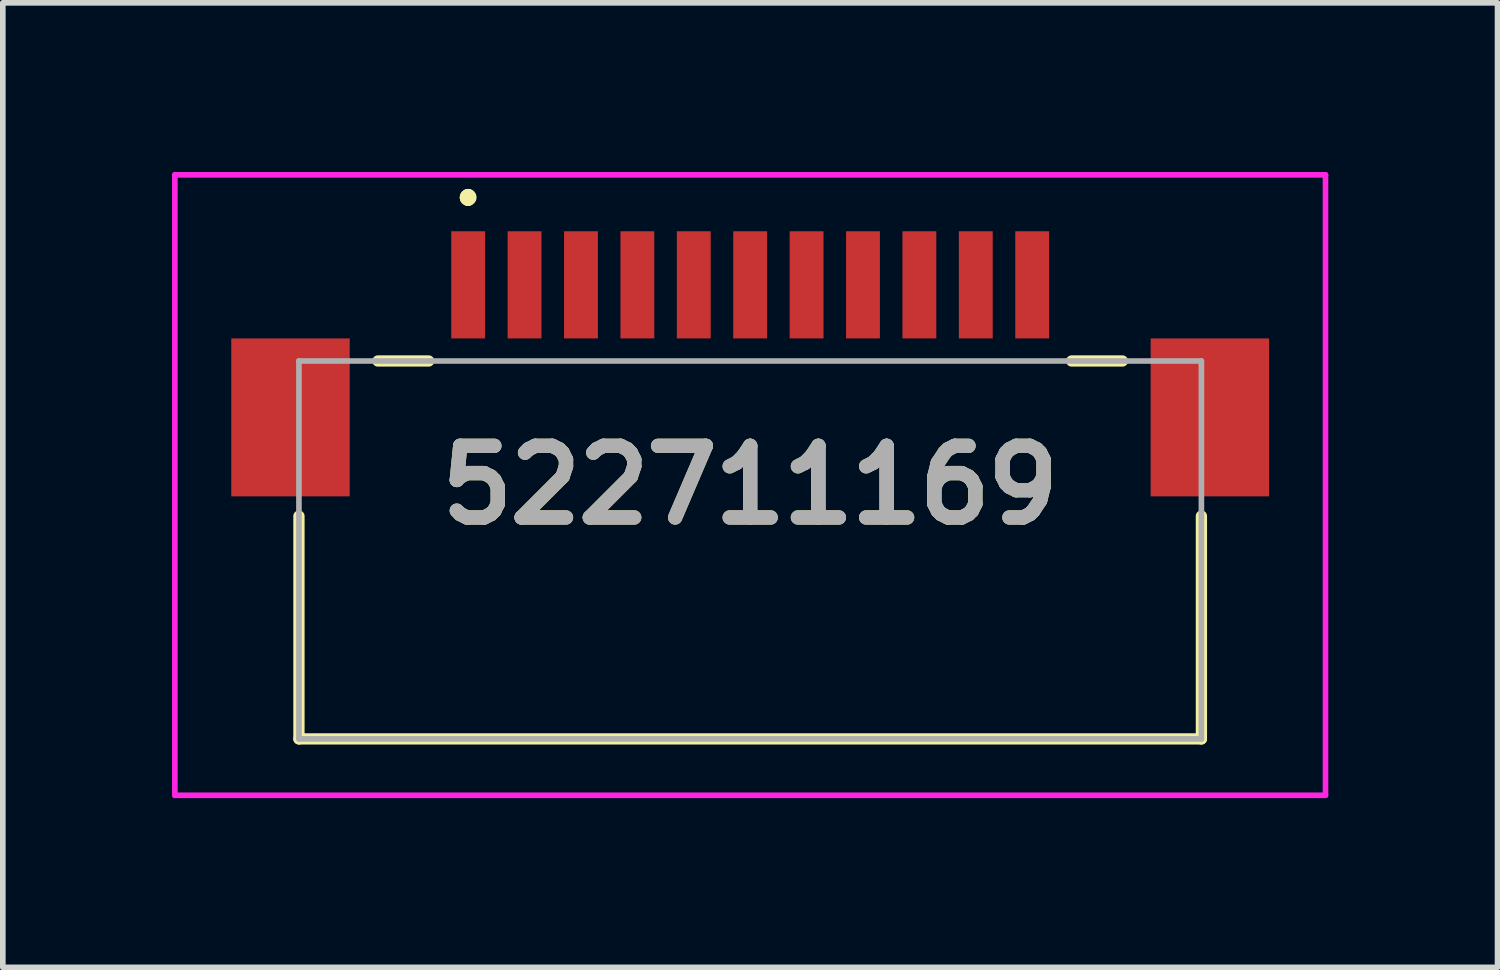
<source format=kicad_pcb>
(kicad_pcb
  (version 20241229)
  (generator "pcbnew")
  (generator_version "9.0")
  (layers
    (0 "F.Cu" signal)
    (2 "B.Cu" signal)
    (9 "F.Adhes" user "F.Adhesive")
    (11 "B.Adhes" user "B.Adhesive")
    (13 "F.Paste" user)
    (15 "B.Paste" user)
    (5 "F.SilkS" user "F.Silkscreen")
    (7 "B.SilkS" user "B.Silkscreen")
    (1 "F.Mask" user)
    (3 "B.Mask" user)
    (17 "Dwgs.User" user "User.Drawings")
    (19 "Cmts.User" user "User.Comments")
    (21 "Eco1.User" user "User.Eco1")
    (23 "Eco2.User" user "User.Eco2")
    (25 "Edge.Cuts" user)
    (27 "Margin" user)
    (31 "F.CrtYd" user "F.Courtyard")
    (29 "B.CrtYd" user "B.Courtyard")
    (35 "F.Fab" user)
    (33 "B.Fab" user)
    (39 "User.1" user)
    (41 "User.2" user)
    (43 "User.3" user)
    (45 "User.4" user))
  (footprint "522711169"
    (layer "F.Cu")
    (at 10.25 6.7)
    (property "Reference" "522711169" (at 0 -1.15 0) (layer "F.SilkS") (effects (font (size 1.27 1.27) (thickness 0.254))))
    (attr smd)
    (fp_line (start -8 -0.6) (end -8 3.35) (stroke (width 0.2) (type solid)) (layer "F.SilkS"))
    (fp_line (start -8 3.35) (end 8 3.35) (stroke (width 0.2) (type solid)) (layer "F.SilkS"))
    (fp_line (start -6.6 -3.35) (end -5.7 -3.35) (stroke (width 0.2) (type solid)) (layer "F.SilkS"))
    (fp_line (start -5 -6.3) (end -5 -6.3) (stroke (width 0.2) (type solid)) (layer "F.SilkS"))
    (fp_line (start -5 -6.3) (end -5 -6.3) (stroke (width 0.2) (type solid)) (layer "F.SilkS"))
    (fp_line (start -5 -6.2) (end -5 -6.2) (stroke (width 0.2) (type solid)) (layer "F.SilkS"))
    (fp_line (start 5.7 -3.35) (end 6.6 -3.35) (stroke (width 0.2) (type solid)) (layer "F.SilkS"))
    (fp_line (start 8 3.35) (end 8 -0.6) (stroke (width 0.2) (type solid)) (layer "F.SilkS"))
    (fp_arc (start -5 -6.3) (mid -4.95 -6.25) (end -5 -6.2) (stroke (width 0.2) (type solid)) (layer "F.SilkS"))
    (fp_arc (start -5 -6.2) (mid -5.05 -6.25) (end -5 -6.3) (stroke (width 0.2) (type solid)) (layer "F.SilkS"))
    (fp_arc (start -5 -6.2) (mid -5.05 -6.25) (end -5 -6.3) (stroke (width 0.2) (type solid)) (layer "F.SilkS"))
    (fp_line (start -10.2 -6.65) (end 10.2 -6.65) (stroke (width 0.1) (type solid)) (layer "F.CrtYd"))
    (fp_line (start -10.2 4.35) (end -10.2 -6.65) (stroke (width 0.1) (type solid)) (layer "F.CrtYd"))
    (fp_line (start 10.2 -6.65) (end 10.2 4.35) (stroke (width 0.1) (type solid)) (layer "F.CrtYd"))
    (fp_line (start 10.2 4.35) (end -10.2 4.35) (stroke (width 0.1) (type solid)) (layer "F.CrtYd"))
    (fp_line (start -8 -3.35) (end -8 3.35) (stroke (width 0.1) (type solid)) (layer "F.Fab"))
    (fp_line (start -8 3.35) (end 8 3.35) (stroke (width 0.1) (type solid)) (layer "F.Fab"))
    (fp_line (start 8 -3.35) (end -8 -3.35) (stroke (width 0.1) (type solid)) (layer "F.Fab"))
    (fp_line (start 8 3.35) (end 8 -3.35) (stroke (width 0.1) (type solid)) (layer "F.Fab"))
    (fp_text user "${REFERENCE}" (at 0 -1.15 0) (layer "F.Fab") (effects (font (size 1.27 1.27) (thickness 0.254))))
    (pad "1" smd rect (at -5 -4.7) (size 0.6 1.9) (layers "F.Cu" "F.Mask" "F.Paste"))
    (pad "2" smd rect (at -4 -4.7) (size 0.6 1.9) (layers "F.Cu" "F.Mask" "F.Paste"))
    (pad "3" smd rect (at -3 -4.7) (size 0.6 1.9) (layers "F.Cu" "F.Mask" "F.Paste"))
    (pad "4" smd rect (at -2 -4.7) (size 0.6 1.9) (layers "F.Cu" "F.Mask" "F.Paste"))
    (pad "5" smd rect (at -1 -4.7) (size 0.6 1.9) (layers "F.Cu" "F.Mask" "F.Paste"))
    (pad "6" smd rect (at 0 -4.7) (size 0.6 1.9) (layers "F.Cu" "F.Mask" "F.Paste"))
    (pad "7" smd rect (at 1 -4.7) (size 0.6 1.9) (layers "F.Cu" "F.Mask" "F.Paste"))
    (pad "8" smd rect (at 2 -4.7) (size 0.6 1.9) (layers "F.Cu" "F.Mask" "F.Paste"))
    (pad "9" smd rect (at 3 -4.7) (size 0.6 1.9) (layers "F.Cu" "F.Mask" "F.Paste"))
    (pad "10" smd rect (at 4 -4.7) (size 0.6 1.9) (layers "F.Cu" "F.Mask" "F.Paste"))
    (pad "11" smd rect (at 5 -4.7) (size 0.6 1.9) (layers "F.Cu" "F.Mask" "F.Paste"))
    (pad "MP1" smd rect (at -8.15 -2.35) (size 2.1 2.8) (layers "F.Cu" "F.Mask" "F.Paste"))
    (pad "MP2" smd rect (at 8.15 -2.35) (size 2.1 2.8) (layers "F.Cu" "F.Mask" "F.Paste")))
  (gr_rect
    (start -3 -3)
    (end 23.5 14.1)
    (stroke (width 0.1) (type default))
    (fill no)
    (layer "Edge.Cuts")))
</source>
